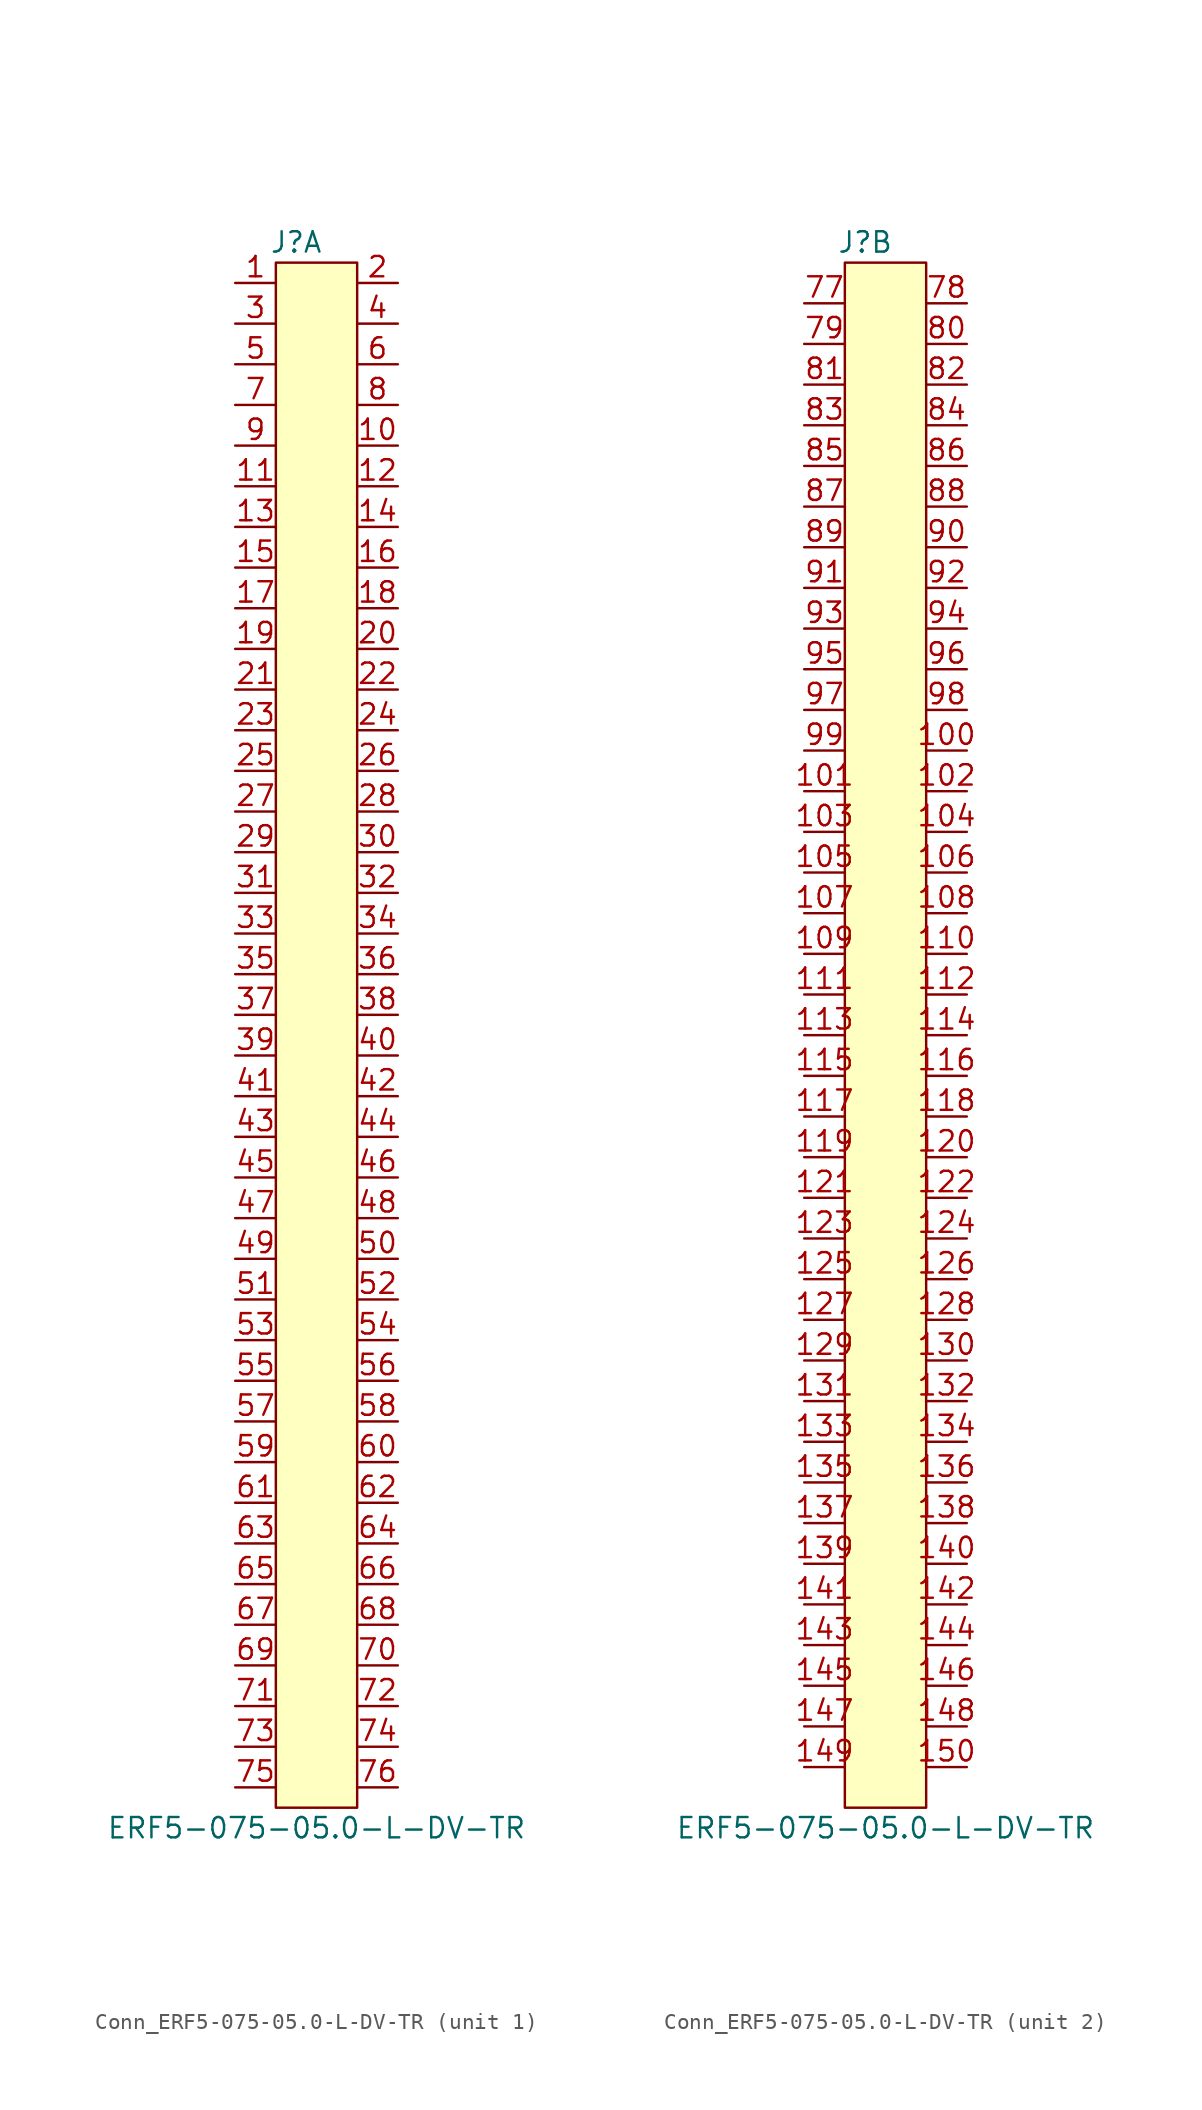
<source format=kicad_sym>
(kicad_symbol_lib
  (version 20220914)
  (generator kicad_symbol_editor)
  (symbol "Conn_ERF5-075-05.0-L-DV-TR"
    (pin_names hide)
    (property "Reference" "J"
      (at -1.27 50.8 0)
      (effects (font (size 1.27 1.27))))
    (property "Value" "ERF5-075-05.0-L-DV-TR"
      (at 0 -48.26 0)
      (effects (font (size 1.27 1.27))))
    (property "ki_locked" ""
      (at 0 0 0)
      (effects (font (size 1.27 1.27))))
    (symbol "Conn_ERF5-075-05.0-L-DV-TR_1_1"
      (rectangle (start -2.54 49.53) (end 2.54 -46.99) (stroke (width 0) (type default)) (fill (type background)))
      (pin passive line (at -5.08 48.26 0) (length 2.54) (name "1" (effects (font (size 1.27 1.27)))) (number "1" (effects (font (size 1.27 1.27)))))
      (pin passive line (at 5.08 38.1 180) (length 2.54) (name "10" (effects (font (size 1.27 1.27)))) (number "10" (effects (font (size 1.27 1.27)))))
      (pin passive line (at -5.08 35.56 0) (length 2.54) (name "11" (effects (font (size 1.27 1.27)))) (number "11" (effects (font (size 1.27 1.27)))))
      (pin passive line (at 5.08 35.56 180) (length 2.54) (name "12" (effects (font (size 1.27 1.27)))) (number "12" (effects (font (size 1.27 1.27)))))
      (pin passive line (at -5.08 33.02 0) (length 2.54) (name "13" (effects (font (size 1.27 1.27)))) (number "13" (effects (font (size 1.27 1.27)))))
      (pin passive line (at 5.08 33.02 180) (length 2.54) (name "14" (effects (font (size 1.27 1.27)))) (number "14" (effects (font (size 1.27 1.27)))))
      (pin passive line (at -5.08 30.48 0) (length 2.54) (name "15" (effects (font (size 1.27 1.27)))) (number "15" (effects (font (size 1.27 1.27)))))
      (pin passive line (at 5.08 30.48 180) (length 2.54) (name "16" (effects (font (size 1.27 1.27)))) (number "16" (effects (font (size 1.27 1.27)))))
      (pin passive line (at -5.08 27.94 0) (length 2.54) (name "17" (effects (font (size 1.27 1.27)))) (number "17" (effects (font (size 1.27 1.27)))))
      (pin passive line (at 5.08 27.94 180) (length 2.54) (name "18" (effects (font (size 1.27 1.27)))) (number "18" (effects (font (size 1.27 1.27)))))
      (pin passive line (at -5.08 25.4 0) (length 2.54) (name "19" (effects (font (size 1.27 1.27)))) (number "19" (effects (font (size 1.27 1.27)))))
      (pin passive line (at 5.08 48.26 180) (length 2.54) (name "2" (effects (font (size 1.27 1.27)))) (number "2" (effects (font (size 1.27 1.27)))))
      (pin passive line (at 5.08 25.4 180) (length 2.54) (name "20" (effects (font (size 1.27 1.27)))) (number "20" (effects (font (size 1.27 1.27)))))
      (pin passive line (at -5.08 22.86 0) (length 2.54) (name "21" (effects (font (size 1.27 1.27)))) (number "21" (effects (font (size 1.27 1.27)))))
      (pin passive line (at 5.08 22.86 180) (length 2.54) (name "22" (effects (font (size 1.27 1.27)))) (number "22" (effects (font (size 1.27 1.27)))))
      (pin passive line (at -5.08 20.32 0) (length 2.54) (name "23" (effects (font (size 1.27 1.27)))) (number "23" (effects (font (size 1.27 1.27)))))
      (pin passive line (at 5.08 20.32 180) (length 2.54) (name "24" (effects (font (size 1.27 1.27)))) (number "24" (effects (font (size 1.27 1.27)))))
      (pin passive line (at -5.08 17.78 0) (length 2.54) (name "25" (effects (font (size 1.27 1.27)))) (number "25" (effects (font (size 1.27 1.27)))))
      (pin passive line (at 5.08 17.78 180) (length 2.54) (name "26" (effects (font (size 1.27 1.27)))) (number "26" (effects (font (size 1.27 1.27)))))
      (pin passive line (at -5.08 15.24 0) (length 2.54) (name "27" (effects (font (size 1.27 1.27)))) (number "27" (effects (font (size 1.27 1.27)))))
      (pin passive line (at 5.08 15.24 180) (length 2.54) (name "28" (effects (font (size 1.27 1.27)))) (number "28" (effects (font (size 1.27 1.27)))))
      (pin passive line (at -5.08 12.7 0) (length 2.54) (name "29" (effects (font (size 1.27 1.27)))) (number "29" (effects (font (size 1.27 1.27)))))
      (pin passive line (at -5.08 45.72 0) (length 2.54) (name "3" (effects (font (size 1.27 1.27)))) (number "3" (effects (font (size 1.27 1.27)))))
      (pin passive line (at 5.08 12.7 180) (length 2.54) (name "30" (effects (font (size 1.27 1.27)))) (number "30" (effects (font (size 1.27 1.27)))))
      (pin passive line (at -5.08 10.16 0) (length 2.54) (name "31" (effects (font (size 1.27 1.27)))) (number "31" (effects (font (size 1.27 1.27)))))
      (pin passive line (at 5.08 10.16 180) (length 2.54) (name "32" (effects (font (size 1.27 1.27)))) (number "32" (effects (font (size 1.27 1.27)))))
      (pin passive line (at -5.08 7.62 0) (length 2.54) (name "33" (effects (font (size 1.27 1.27)))) (number "33" (effects (font (size 1.27 1.27)))))
      (pin passive line (at 5.08 7.62 180) (length 2.54) (name "34" (effects (font (size 1.27 1.27)))) (number "34" (effects (font (size 1.27 1.27)))))
      (pin passive line (at -5.08 5.08 0) (length 2.54) (name "35" (effects (font (size 1.27 1.27)))) (number "35" (effects (font (size 1.27 1.27)))))
      (pin passive line (at 5.08 5.08 180) (length 2.54) (name "36" (effects (font (size 1.27 1.27)))) (number "36" (effects (font (size 1.27 1.27)))))
      (pin passive line (at -5.08 2.54 0) (length 2.54) (name "37" (effects (font (size 1.27 1.27)))) (number "37" (effects (font (size 1.27 1.27)))))
      (pin passive line (at 5.08 2.54 180) (length 2.54) (name "38" (effects (font (size 1.27 1.27)))) (number "38" (effects (font (size 1.27 1.27)))))
      (pin passive line (at -5.08 0 0) (length 2.54) (name "39" (effects (font (size 1.27 1.27)))) (number "39" (effects (font (size 1.27 1.27)))))
      (pin passive line (at 5.08 45.72 180) (length 2.54) (name "4" (effects (font (size 1.27 1.27)))) (number "4" (effects (font (size 1.27 1.27)))))
      (pin passive line (at 5.08 0 180) (length 2.54) (name "40" (effects (font (size 1.27 1.27)))) (number "40" (effects (font (size 1.27 1.27)))))
      (pin passive line (at -5.08 -2.54 0) (length 2.54) (name "41" (effects (font (size 1.27 1.27)))) (number "41" (effects (font (size 1.27 1.27)))))
      (pin passive line (at 5.08 -2.54 180) (length 2.54) (name "42" (effects (font (size 1.27 1.27)))) (number "42" (effects (font (size 1.27 1.27)))))
      (pin passive line (at -5.08 -5.08 0) (length 2.54) (name "43" (effects (font (size 1.27 1.27)))) (number "43" (effects (font (size 1.27 1.27)))))
      (pin passive line (at 5.08 -5.08 180) (length 2.54) (name "44" (effects (font (size 1.27 1.27)))) (number "44" (effects (font (size 1.27 1.27)))))
      (pin passive line (at -5.08 -7.62 0) (length 2.54) (name "45" (effects (font (size 1.27 1.27)))) (number "45" (effects (font (size 1.27 1.27)))))
      (pin passive line (at 5.08 -7.62 180) (length 2.54) (name "46" (effects (font (size 1.27 1.27)))) (number "46" (effects (font (size 1.27 1.27)))))
      (pin passive line (at -5.08 -10.16 0) (length 2.54) (name "47" (effects (font (size 1.27 1.27)))) (number "47" (effects (font (size 1.27 1.27)))))
      (pin passive line (at 5.08 -10.16 180) (length 2.54) (name "48" (effects (font (size 1.27 1.27)))) (number "48" (effects (font (size 1.27 1.27)))))
      (pin passive line (at -5.08 -12.7 0) (length 2.54) (name "49" (effects (font (size 1.27 1.27)))) (number "49" (effects (font (size 1.27 1.27)))))
      (pin passive line (at -5.08 43.18 0) (length 2.54) (name "5" (effects (font (size 1.27 1.27)))) (number "5" (effects (font (size 1.27 1.27)))))
      (pin passive line (at 5.08 -12.7 180) (length 2.54) (name "50" (effects (font (size 1.27 1.27)))) (number "50" (effects (font (size 1.27 1.27)))))
      (pin passive line (at -5.08 -15.24 0) (length 2.54) (name "51" (effects (font (size 1.27 1.27)))) (number "51" (effects (font (size 1.27 1.27)))))
      (pin passive line (at 5.08 -15.24 180) (length 2.54) (name "52" (effects (font (size 1.27 1.27)))) (number "52" (effects (font (size 1.27 1.27)))))
      (pin passive line (at -5.08 -17.78 0) (length 2.54) (name "53" (effects (font (size 1.27 1.27)))) (number "53" (effects (font (size 1.27 1.27)))))
      (pin passive line (at 5.08 -17.78 180) (length 2.54) (name "54" (effects (font (size 1.27 1.27)))) (number "54" (effects (font (size 1.27 1.27)))))
      (pin passive line (at -5.08 -20.32 0) (length 2.54) (name "55" (effects (font (size 1.27 1.27)))) (number "55" (effects (font (size 1.27 1.27)))))
      (pin passive line (at 5.08 -20.32 180) (length 2.54) (name "56" (effects (font (size 1.27 1.27)))) (number "56" (effects (font (size 1.27 1.27)))))
      (pin passive line (at -5.08 -22.86 0) (length 2.54) (name "57" (effects (font (size 1.27 1.27)))) (number "57" (effects (font (size 1.27 1.27)))))
      (pin passive line (at 5.08 -22.86 180) (length 2.54) (name "58" (effects (font (size 1.27 1.27)))) (number "58" (effects (font (size 1.27 1.27)))))
      (pin passive line (at -5.08 -25.4 0) (length 2.54) (name "59" (effects (font (size 1.27 1.27)))) (number "59" (effects (font (size 1.27 1.27)))))
      (pin passive line (at 5.08 43.18 180) (length 2.54) (name "6" (effects (font (size 1.27 1.27)))) (number "6" (effects (font (size 1.27 1.27)))))
      (pin passive line (at 5.08 -25.4 180) (length 2.54) (name "60" (effects (font (size 1.27 1.27)))) (number "60" (effects (font (size 1.27 1.27)))))
      (pin passive line (at -5.08 -27.94 0) (length 2.54) (name "61" (effects (font (size 1.27 1.27)))) (number "61" (effects (font (size 1.27 1.27)))))
      (pin passive line (at 5.08 -27.94 180) (length 2.54) (name "62" (effects (font (size 1.27 1.27)))) (number "62" (effects (font (size 1.27 1.27)))))
      (pin passive line (at -5.08 -30.48 0) (length 2.54) (name "63" (effects (font (size 1.27 1.27)))) (number "63" (effects (font (size 1.27 1.27)))))
      (pin passive line (at 5.08 -30.48 180) (length 2.54) (name "64" (effects (font (size 1.27 1.27)))) (number "64" (effects (font (size 1.27 1.27)))))
      (pin passive line (at -5.08 -33.02 0) (length 2.54) (name "65" (effects (font (size 1.27 1.27)))) (number "65" (effects (font (size 1.27 1.27)))))
      (pin passive line (at 5.08 -33.02 180) (length 2.54) (name "66" (effects (font (size 1.27 1.27)))) (number "66" (effects (font (size 1.27 1.27)))))
      (pin passive line (at -5.08 -35.56 0) (length 2.54) (name "67" (effects (font (size 1.27 1.27)))) (number "67" (effects (font (size 1.27 1.27)))))
      (pin passive line (at 5.08 -35.56 180) (length 2.54) (name "68" (effects (font (size 1.27 1.27)))) (number "68" (effects (font (size 1.27 1.27)))))
      (pin passive line (at -5.08 -38.1 0) (length 2.54) (name "69" (effects (font (size 1.27 1.27)))) (number "69" (effects (font (size 1.27 1.27)))))
      (pin passive line (at -5.08 40.64 0) (length 2.54) (name "7" (effects (font (size 1.27 1.27)))) (number "7" (effects (font (size 1.27 1.27)))))
      (pin passive line (at 5.08 -38.1 180) (length 2.54) (name "70" (effects (font (size 1.27 1.27)))) (number "70" (effects (font (size 1.27 1.27)))))
      (pin passive line (at -5.08 -40.64 0) (length 2.54) (name "71" (effects (font (size 1.27 1.27)))) (number "71" (effects (font (size 1.27 1.27)))))
      (pin passive line (at 5.08 -40.64 180) (length 2.54) (name "72" (effects (font (size 1.27 1.27)))) (number "72" (effects (font (size 1.27 1.27)))))
      (pin passive line (at -5.08 -43.18 0) (length 2.54) (name "73" (effects (font (size 1.27 1.27)))) (number "73" (effects (font (size 1.27 1.27)))))
      (pin passive line (at 5.08 -43.18 180) (length 2.54) (name "74" (effects (font (size 1.27 1.27)))) (number "74" (effects (font (size 1.27 1.27)))))
      (pin passive line (at -5.08 -45.72 0) (length 2.54) (name "75" (effects (font (size 1.27 1.27)))) (number "75" (effects (font (size 1.27 1.27)))))
      (pin passive line (at 5.08 -45.72 180) (length 2.54) (name "76" (effects (font (size 1.27 1.27)))) (number "76" (effects (font (size 1.27 1.27)))))
      (pin passive line (at 5.08 40.64 180) (length 2.54) (name "8" (effects (font (size 1.27 1.27)))) (number "8" (effects (font (size 1.27 1.27)))))
      (pin passive line (at -5.08 38.1 0) (length 2.54) (name "9" (effects (font (size 1.27 1.27)))) (number "9" (effects (font (size 1.27 1.27))))))
    (symbol "Conn_ERF5-075-05.0-L-DV-TR_2_1"
      (rectangle (start -2.54 49.53) (end 2.54 -46.99) (stroke (width 0) (type default)) (fill (type background)))
      (pin passive line (at 5.08 19.05 180) (length 2.54) (name "100" (effects (font (size 1.27 1.27)))) (number "100" (effects (font (size 1.27 1.27)))))
      (pin passive line (at -5.08 16.51 0) (length 2.54) (name "101" (effects (font (size 1.27 1.27)))) (number "101" (effects (font (size 1.27 1.27)))))
      (pin passive line (at 5.08 16.51 180) (length 2.54) (name "102" (effects (font (size 1.27 1.27)))) (number "102" (effects (font (size 1.27 1.27)))))
      (pin passive line (at -5.08 13.97 0) (length 2.54) (name "103" (effects (font (size 1.27 1.27)))) (number "103" (effects (font (size 1.27 1.27)))))
      (pin passive line (at 5.08 13.97 180) (length 2.54) (name "104" (effects (font (size 1.27 1.27)))) (number "104" (effects (font (size 1.27 1.27)))))
      (pin passive line (at -5.08 11.43 0) (length 2.54) (name "105" (effects (font (size 1.27 1.27)))) (number "105" (effects (font (size 1.27 1.27)))))
      (pin passive line (at 5.08 11.43 180) (length 2.54) (name "106" (effects (font (size 1.27 1.27)))) (number "106" (effects (font (size 1.27 1.27)))))
      (pin passive line (at -5.08 8.89 0) (length 2.54) (name "107" (effects (font (size 1.27 1.27)))) (number "107" (effects (font (size 1.27 1.27)))))
      (pin passive line (at 5.08 8.89 180) (length 2.54) (name "108" (effects (font (size 1.27 1.27)))) (number "108" (effects (font (size 1.27 1.27)))))
      (pin passive line (at -5.08 6.35 0) (length 2.54) (name "109" (effects (font (size 1.27 1.27)))) (number "109" (effects (font (size 1.27 1.27)))))
      (pin passive line (at 5.08 6.35 180) (length 2.54) (name "110" (effects (font (size 1.27 1.27)))) (number "110" (effects (font (size 1.27 1.27)))))
      (pin passive line (at -5.08 3.81 0) (length 2.54) (name "111" (effects (font (size 1.27 1.27)))) (number "111" (effects (font (size 1.27 1.27)))))
      (pin passive line (at 5.08 3.81 180) (length 2.54) (name "112" (effects (font (size 1.27 1.27)))) (number "112" (effects (font (size 1.27 1.27)))))
      (pin passive line (at -5.08 1.27 0) (length 2.54) (name "113" (effects (font (size 1.27 1.27)))) (number "113" (effects (font (size 1.27 1.27)))))
      (pin passive line (at 5.08 1.27 180) (length 2.54) (name "114" (effects (font (size 1.27 1.27)))) (number "114" (effects (font (size 1.27 1.27)))))
      (pin passive line (at -5.08 -1.27 0) (length 2.54) (name "115" (effects (font (size 1.27 1.27)))) (number "115" (effects (font (size 1.27 1.27)))))
      (pin passive line (at 5.08 -1.27 180) (length 2.54) (name "116" (effects (font (size 1.27 1.27)))) (number "116" (effects (font (size 1.27 1.27)))))
      (pin passive line (at -5.08 -3.81 0) (length 2.54) (name "117" (effects (font (size 1.27 1.27)))) (number "117" (effects (font (size 1.27 1.27)))))
      (pin passive line (at 5.08 -3.81 180) (length 2.54) (name "118" (effects (font (size 1.27 1.27)))) (number "118" (effects (font (size 1.27 1.27)))))
      (pin passive line (at -5.08 -6.35 0) (length 2.54) (name "119" (effects (font (size 1.27 1.27)))) (number "119" (effects (font (size 1.27 1.27)))))
      (pin passive line (at 5.08 -6.35 180) (length 2.54) (name "120" (effects (font (size 1.27 1.27)))) (number "120" (effects (font (size 1.27 1.27)))))
      (pin passive line (at -5.08 -8.89 0) (length 2.54) (name "121" (effects (font (size 1.27 1.27)))) (number "121" (effects (font (size 1.27 1.27)))))
      (pin passive line (at 5.08 -8.89 180) (length 2.54) (name "122" (effects (font (size 1.27 1.27)))) (number "122" (effects (font (size 1.27 1.27)))))
      (pin passive line (at -5.08 -11.43 0) (length 2.54) (name "123" (effects (font (size 1.27 1.27)))) (number "123" (effects (font (size 1.27 1.27)))))
      (pin passive line (at 5.08 -11.43 180) (length 2.54) (name "124" (effects (font (size 1.27 1.27)))) (number "124" (effects (font (size 1.27 1.27)))))
      (pin passive line (at -5.08 -13.97 0) (length 2.54) (name "125" (effects (font (size 1.27 1.27)))) (number "125" (effects (font (size 1.27 1.27)))))
      (pin passive line (at 5.08 -13.97 180) (length 2.54) (name "126" (effects (font (size 1.27 1.27)))) (number "126" (effects (font (size 1.27 1.27)))))
      (pin passive line (at -5.08 -16.51 0) (length 2.54) (name "127" (effects (font (size 1.27 1.27)))) (number "127" (effects (font (size 1.27 1.27)))))
      (pin passive line (at 5.08 -16.51 180) (length 2.54) (name "128" (effects (font (size 1.27 1.27)))) (number "128" (effects (font (size 1.27 1.27)))))
      (pin passive line (at -5.08 -19.05 0) (length 2.54) (name "129" (effects (font (size 1.27 1.27)))) (number "129" (effects (font (size 1.27 1.27)))))
      (pin passive line (at 5.08 -19.05 180) (length 2.54) (name "130" (effects (font (size 1.27 1.27)))) (number "130" (effects (font (size 1.27 1.27)))))
      (pin passive line (at -5.08 -21.59 0) (length 2.54) (name "131" (effects (font (size 1.27 1.27)))) (number "131" (effects (font (size 1.27 1.27)))))
      (pin passive line (at 5.08 -21.59 180) (length 2.54) (name "132" (effects (font (size 1.27 1.27)))) (number "132" (effects (font (size 1.27 1.27)))))
      (pin passive line (at -5.08 -24.13 0) (length 2.54) (name "133" (effects (font (size 1.27 1.27)))) (number "133" (effects (font (size 1.27 1.27)))))
      (pin passive line (at 5.08 -24.13 180) (length 2.54) (name "134" (effects (font (size 1.27 1.27)))) (number "134" (effects (font (size 1.27 1.27)))))
      (pin passive line (at -5.08 -26.67 0) (length 2.54) (name "135" (effects (font (size 1.27 1.27)))) (number "135" (effects (font (size 1.27 1.27)))))
      (pin passive line (at 5.08 -26.67 180) (length 2.54) (name "136" (effects (font (size 1.27 1.27)))) (number "136" (effects (font (size 1.27 1.27)))))
      (pin passive line (at -5.08 -29.21 0) (length 2.54) (name "137" (effects (font (size 1.27 1.27)))) (number "137" (effects (font (size 1.27 1.27)))))
      (pin passive line (at 5.08 -29.21 180) (length 2.54) (name "138" (effects (font (size 1.27 1.27)))) (number "138" (effects (font (size 1.27 1.27)))))
      (pin passive line (at -5.08 -31.75 0) (length 2.54) (name "139" (effects (font (size 1.27 1.27)))) (number "139" (effects (font (size 1.27 1.27)))))
      (pin passive line (at 5.08 -31.75 180) (length 2.54) (name "140" (effects (font (size 1.27 1.27)))) (number "140" (effects (font (size 1.27 1.27)))))
      (pin passive line (at -5.08 -34.29 0) (length 2.54) (name "141" (effects (font (size 1.27 1.27)))) (number "141" (effects (font (size 1.27 1.27)))))
      (pin passive line (at 5.08 -34.29 180) (length 2.54) (name "142" (effects (font (size 1.27 1.27)))) (number "142" (effects (font (size 1.27 1.27)))))
      (pin passive line (at -5.08 -36.83 0) (length 2.54) (name "143" (effects (font (size 1.27 1.27)))) (number "143" (effects (font (size 1.27 1.27)))))
      (pin passive line (at 5.08 -36.83 180) (length 2.54) (name "144" (effects (font (size 1.27 1.27)))) (number "144" (effects (font (size 1.27 1.27)))))
      (pin passive line (at -5.08 -39.37 0) (length 2.54) (name "145" (effects (font (size 1.27 1.27)))) (number "145" (effects (font (size 1.27 1.27)))))
      (pin passive line (at 5.08 -39.37 180) (length 2.54) (name "146" (effects (font (size 1.27 1.27)))) (number "146" (effects (font (size 1.27 1.27)))))
      (pin passive line (at -5.08 -41.91 0) (length 2.54) (name "147" (effects (font (size 1.27 1.27)))) (number "147" (effects (font (size 1.27 1.27)))))
      (pin passive line (at 5.08 -41.91 180) (length 2.54) (name "148" (effects (font (size 1.27 1.27)))) (number "148" (effects (font (size 1.27 1.27)))))
      (pin passive line (at -5.08 -44.45 0) (length 2.54) (name "149" (effects (font (size 1.27 1.27)))) (number "149" (effects (font (size 1.27 1.27)))))
      (pin passive line (at 5.08 -44.45 180) (length 2.54) (name "150" (effects (font (size 1.27 1.27)))) (number "150" (effects (font (size 1.27 1.27)))))
      (pin passive line (at -5.08 46.99 0) (length 2.54) (name "77" (effects (font (size 1.27 1.27)))) (number "77" (effects (font (size 1.27 1.27)))))
      (pin passive line (at 5.08 46.99 180) (length 2.54) (name "78" (effects (font (size 1.27 1.27)))) (number "78" (effects (font (size 1.27 1.27)))))
      (pin passive line (at -5.08 44.45 0) (length 2.54) (name "79" (effects (font (size 1.27 1.27)))) (number "79" (effects (font (size 1.27 1.27)))))
      (pin passive line (at 5.08 44.45 180) (length 2.54) (name "80" (effects (font (size 1.27 1.27)))) (number "80" (effects (font (size 1.27 1.27)))))
      (pin passive line (at -5.08 41.91 0) (length 2.54) (name "81" (effects (font (size 1.27 1.27)))) (number "81" (effects (font (size 1.27 1.27)))))
      (pin passive line (at 5.08 41.91 180) (length 2.54) (name "82" (effects (font (size 1.27 1.27)))) (number "82" (effects (font (size 1.27 1.27)))))
      (pin passive line (at -5.08 39.37 0) (length 2.54) (name "83" (effects (font (size 1.27 1.27)))) (number "83" (effects (font (size 1.27 1.27)))))
      (pin passive line (at 5.08 39.37 180) (length 2.54) (name "84" (effects (font (size 1.27 1.27)))) (number "84" (effects (font (size 1.27 1.27)))))
      (pin passive line (at -5.08 36.83 0) (length 2.54) (name "85" (effects (font (size 1.27 1.27)))) (number "85" (effects (font (size 1.27 1.27)))))
      (pin passive line (at 5.08 36.83 180) (length 2.54) (name "86" (effects (font (size 1.27 1.27)))) (number "86" (effects (font (size 1.27 1.27)))))
      (pin passive line (at -5.08 34.29 0) (length 2.54) (name "87" (effects (font (size 1.27 1.27)))) (number "87" (effects (font (size 1.27 1.27)))))
      (pin passive line (at 5.08 34.29 180) (length 2.54) (name "88" (effects (font (size 1.27 1.27)))) (number "88" (effects (font (size 1.27 1.27)))))
      (pin passive line (at -5.08 31.75 0) (length 2.54) (name "89" (effects (font (size 1.27 1.27)))) (number "89" (effects (font (size 1.27 1.27)))))
      (pin passive line (at 5.08 31.75 180) (length 2.54) (name "90" (effects (font (size 1.27 1.27)))) (number "90" (effects (font (size 1.27 1.27)))))
      (pin passive line (at -5.08 29.21 0) (length 2.54) (name "91" (effects (font (size 1.27 1.27)))) (number "91" (effects (font (size 1.27 1.27)))))
      (pin passive line (at 5.08 29.21 180) (length 2.54) (name "92" (effects (font (size 1.27 1.27)))) (number "92" (effects (font (size 1.27 1.27)))))
      (pin passive line (at -5.08 26.67 0) (length 2.54) (name "93" (effects (font (size 1.27 1.27)))) (number "93" (effects (font (size 1.27 1.27)))))
      (pin passive line (at 5.08 26.67 180) (length 2.54) (name "94" (effects (font (size 1.27 1.27)))) (number "94" (effects (font (size 1.27 1.27)))))
      (pin passive line (at -5.08 24.13 0) (length 2.54) (name "95" (effects (font (size 1.27 1.27)))) (number "95" (effects (font (size 1.27 1.27)))))
      (pin passive line (at 5.08 24.13 180) (length 2.54) (name "96" (effects (font (size 1.27 1.27)))) (number "96" (effects (font (size 1.27 1.27)))))
      (pin passive line (at -5.08 21.59 0) (length 2.54) (name "97" (effects (font (size 1.27 1.27)))) (number "97" (effects (font (size 1.27 1.27)))))
      (pin passive line (at 5.08 21.59 180) (length 2.54) (name "98" (effects (font (size 1.27 1.27)))) (number "98" (effects (font (size 1.27 1.27)))))
      (pin passive line (at -5.08 19.05 0) (length 2.54) (name "99" (effects (font (size 1.27 1.27)))) (number "99" (effects (font (size 1.27 1.27))))))))
</source>
